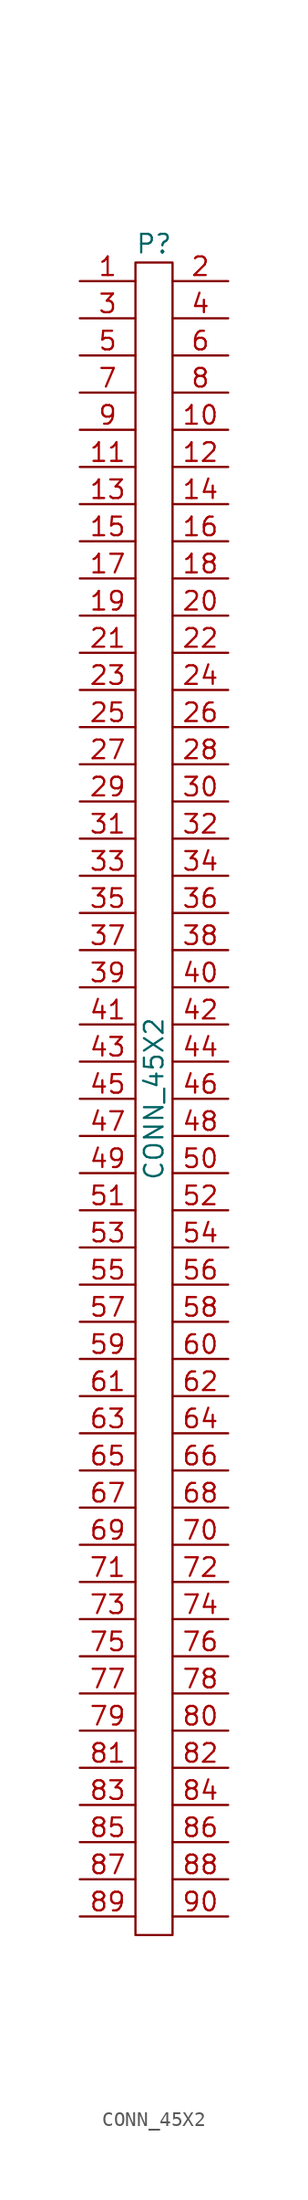
<source format=kicad_sym>
(kicad_symbol_lib
  (version 20201005)
  (generator kicad_symbol_editor)
  (symbol "CONN_45X2"
    (pin_names
      (offset 0.025) hide)
    (property "Reference" "P"
      (at 0 58.42 0)
      (effects (font (size 1.27 1.27))))
    (property "Value" "CONN_45X2"
      (at 0 0 90)
      (effects (font (size 1.27 1.27))))
    (symbol "CONN_45X2_0_1"
      (rectangle (start -1.27 57.15) (end 1.27 -57.15) (stroke (width 0)) (fill (type none))))
    (symbol "CONN_45X2_1_1"
      (pin passive line (at -5.08 55.88 0) (length 3.81) (name "P1" (effects (font (size 1.27 1.27)))) (number "1" (effects (font (size 1.27 1.27)))))
      (pin passive line (at 5.08 45.72 180) (length 3.81) (name "P10" (effects (font (size 1.27 1.27)))) (number "10" (effects (font (size 1.27 1.27)))))
      (pin passive line (at -5.08 43.18 0) (length 3.81) (name "P11" (effects (font (size 1.27 1.27)))) (number "11" (effects (font (size 1.27 1.27)))))
      (pin passive line (at 5.08 43.18 180) (length 3.81) (name "P12" (effects (font (size 1.27 1.27)))) (number "12" (effects (font (size 1.27 1.27)))))
      (pin passive line (at -5.08 40.64 0) (length 3.81) (name "P13" (effects (font (size 1.27 1.27)))) (number "13" (effects (font (size 1.27 1.27)))))
      (pin passive line (at 5.08 40.64 180) (length 3.81) (name "P14" (effects (font (size 1.27 1.27)))) (number "14" (effects (font (size 1.27 1.27)))))
      (pin passive line (at -5.08 38.1 0) (length 3.81) (name "P15" (effects (font (size 1.27 1.27)))) (number "15" (effects (font (size 1.27 1.27)))))
      (pin passive line (at 5.08 38.1 180) (length 3.81) (name "P16" (effects (font (size 1.27 1.27)))) (number "16" (effects (font (size 1.27 1.27)))))
      (pin passive line (at -5.08 35.56 0) (length 3.81) (name "P17" (effects (font (size 1.27 1.27)))) (number "17" (effects (font (size 1.27 1.27)))))
      (pin passive line (at 5.08 35.56 180) (length 3.81) (name "P18" (effects (font (size 1.27 1.27)))) (number "18" (effects (font (size 1.27 1.27)))))
      (pin passive line (at -5.08 33.02 0) (length 3.81) (name "P19" (effects (font (size 1.27 1.27)))) (number "19" (effects (font (size 1.27 1.27)))))
      (pin passive line (at 5.08 55.88 180) (length 3.81) (name "P2" (effects (font (size 1.27 1.27)))) (number "2" (effects (font (size 1.27 1.27)))))
      (pin passive line (at 5.08 33.02 180) (length 3.81) (name "P20" (effects (font (size 1.27 1.27)))) (number "20" (effects (font (size 1.27 1.27)))))
      (pin passive line (at -5.08 30.48 0) (length 3.81) (name "P21" (effects (font (size 1.27 1.27)))) (number "21" (effects (font (size 1.27 1.27)))))
      (pin passive line (at 5.08 30.48 180) (length 3.81) (name "P22" (effects (font (size 1.27 1.27)))) (number "22" (effects (font (size 1.27 1.27)))))
      (pin passive line (at -5.08 27.94 0) (length 3.81) (name "P23" (effects (font (size 1.27 1.27)))) (number "23" (effects (font (size 1.27 1.27)))))
      (pin passive line (at 5.08 27.94 180) (length 3.81) (name "P24" (effects (font (size 1.27 1.27)))) (number "24" (effects (font (size 1.27 1.27)))))
      (pin passive line (at -5.08 25.4 0) (length 3.81) (name "P25" (effects (font (size 1.27 1.27)))) (number "25" (effects (font (size 1.27 1.27)))))
      (pin passive line (at 5.08 25.4 180) (length 3.81) (name "P26" (effects (font (size 1.27 1.27)))) (number "26" (effects (font (size 1.27 1.27)))))
      (pin passive line (at -5.08 22.86 0) (length 3.81) (name "P27" (effects (font (size 1.27 1.27)))) (number "27" (effects (font (size 1.27 1.27)))))
      (pin passive line (at 5.08 22.86 180) (length 3.81) (name "P28" (effects (font (size 1.27 1.27)))) (number "28" (effects (font (size 1.27 1.27)))))
      (pin passive line (at -5.08 20.32 0) (length 3.81) (name "P29" (effects (font (size 1.27 1.27)))) (number "29" (effects (font (size 1.27 1.27)))))
      (pin passive line (at -5.08 53.34 0) (length 3.81) (name "P3" (effects (font (size 1.27 1.27)))) (number "3" (effects (font (size 1.27 1.27)))))
      (pin passive line (at 5.08 20.32 180) (length 3.81) (name "P30" (effects (font (size 1.27 1.27)))) (number "30" (effects (font (size 1.27 1.27)))))
      (pin passive line (at -5.08 17.78 0) (length 3.81) (name "P31" (effects (font (size 1.27 1.27)))) (number "31" (effects (font (size 1.27 1.27)))))
      (pin passive line (at 5.08 17.78 180) (length 3.81) (name "P32" (effects (font (size 1.27 1.27)))) (number "32" (effects (font (size 1.27 1.27)))))
      (pin passive line (at -5.08 15.24 0) (length 3.81) (name "P33" (effects (font (size 1.27 1.27)))) (number "33" (effects (font (size 1.27 1.27)))))
      (pin passive line (at 5.08 15.24 180) (length 3.81) (name "P34" (effects (font (size 1.27 1.27)))) (number "34" (effects (font (size 1.27 1.27)))))
      (pin passive line (at -5.08 12.7 0) (length 3.81) (name "P35" (effects (font (size 1.27 1.27)))) (number "35" (effects (font (size 1.27 1.27)))))
      (pin passive line (at 5.08 12.7 180) (length 3.81) (name "P36" (effects (font (size 1.27 1.27)))) (number "36" (effects (font (size 1.27 1.27)))))
      (pin passive line (at -5.08 10.16 0) (length 3.81) (name "P37" (effects (font (size 1.27 1.27)))) (number "37" (effects (font (size 1.27 1.27)))))
      (pin passive line (at 5.08 10.16 180) (length 3.81) (name "P38" (effects (font (size 1.27 1.27)))) (number "38" (effects (font (size 1.27 1.27)))))
      (pin passive line (at -5.08 7.62 0) (length 3.81) (name "P39" (effects (font (size 1.27 1.27)))) (number "39" (effects (font (size 1.27 1.27)))))
      (pin passive line (at 5.08 53.34 180) (length 3.81) (name "P4" (effects (font (size 1.27 1.27)))) (number "4" (effects (font (size 1.27 1.27)))))
      (pin passive line (at 5.08 7.62 180) (length 3.81) (name "P40" (effects (font (size 1.27 1.27)))) (number "40" (effects (font (size 1.27 1.27)))))
      (pin passive line (at -5.08 5.08 0) (length 3.81) (name "P41" (effects (font (size 1.27 1.27)))) (number "41" (effects (font (size 1.27 1.27)))))
      (pin passive line (at 5.08 5.08 180) (length 3.81) (name "P42" (effects (font (size 1.27 1.27)))) (number "42" (effects (font (size 1.27 1.27)))))
      (pin passive line (at -5.08 2.54 0) (length 3.81) (name "P43" (effects (font (size 1.27 1.27)))) (number "43" (effects (font (size 1.27 1.27)))))
      (pin passive line (at 5.08 2.54 180) (length 3.81) (name "P44" (effects (font (size 1.27 1.27)))) (number "44" (effects (font (size 1.27 1.27)))))
      (pin passive line (at -5.08 0 0) (length 3.81) (name "P45" (effects (font (size 1.27 1.27)))) (number "45" (effects (font (size 1.27 1.27)))))
      (pin passive line (at 5.08 0 180) (length 3.81) (name "P46" (effects (font (size 1.27 1.27)))) (number "46" (effects (font (size 1.27 1.27)))))
      (pin passive line (at -5.08 -2.54 0) (length 3.81) (name "P47" (effects (font (size 1.27 1.27)))) (number "47" (effects (font (size 1.27 1.27)))))
      (pin passive line (at 5.08 -2.54 180) (length 3.81) (name "P48" (effects (font (size 1.27 1.27)))) (number "48" (effects (font (size 1.27 1.27)))))
      (pin passive line (at -5.08 -5.08 0) (length 3.81) (name "P49" (effects (font (size 1.27 1.27)))) (number "49" (effects (font (size 1.27 1.27)))))
      (pin passive line (at -5.08 50.8 0) (length 3.81) (name "P5" (effects (font (size 1.27 1.27)))) (number "5" (effects (font (size 1.27 1.27)))))
      (pin passive line (at 5.08 -5.08 180) (length 3.81) (name "P50" (effects (font (size 1.27 1.27)))) (number "50" (effects (font (size 1.27 1.27)))))
      (pin passive line (at -5.08 -7.62 0) (length 3.81) (name "P51" (effects (font (size 1.27 1.27)))) (number "51" (effects (font (size 1.27 1.27)))))
      (pin passive line (at 5.08 -7.62 180) (length 3.81) (name "P52" (effects (font (size 1.27 1.27)))) (number "52" (effects (font (size 1.27 1.27)))))
      (pin passive line (at -5.08 -10.16 0) (length 3.81) (name "P53" (effects (font (size 1.27 1.27)))) (number "53" (effects (font (size 1.27 1.27)))))
      (pin passive line (at 5.08 -10.16 180) (length 3.81) (name "P54" (effects (font (size 1.27 1.27)))) (number "54" (effects (font (size 1.27 1.27)))))
      (pin passive line (at -5.08 -12.7 0) (length 3.81) (name "P55" (effects (font (size 1.27 1.27)))) (number "55" (effects (font (size 1.27 1.27)))))
      (pin passive line (at 5.08 -12.7 180) (length 3.81) (name "P56" (effects (font (size 1.27 1.27)))) (number "56" (effects (font (size 1.27 1.27)))))
      (pin passive line (at -5.08 -15.24 0) (length 3.81) (name "P57" (effects (font (size 1.27 1.27)))) (number "57" (effects (font (size 1.27 1.27)))))
      (pin passive line (at 5.08 -15.24 180) (length 3.81) (name "P58" (effects (font (size 1.27 1.27)))) (number "58" (effects (font (size 1.27 1.27)))))
      (pin passive line (at -5.08 -17.78 0) (length 3.81) (name "P59" (effects (font (size 1.27 1.27)))) (number "59" (effects (font (size 1.27 1.27)))))
      (pin passive line (at 5.08 50.8 180) (length 3.81) (name "P6" (effects (font (size 1.27 1.27)))) (number "6" (effects (font (size 1.27 1.27)))))
      (pin passive line (at 5.08 -17.78 180) (length 3.81) (name "P60" (effects (font (size 1.27 1.27)))) (number "60" (effects (font (size 1.27 1.27)))))
      (pin passive line (at -5.08 -20.32 0) (length 3.81) (name "P61" (effects (font (size 1.27 1.27)))) (number "61" (effects (font (size 1.27 1.27)))))
      (pin passive line (at 5.08 -20.32 180) (length 3.81) (name "P62" (effects (font (size 1.27 1.27)))) (number "62" (effects (font (size 1.27 1.27)))))
      (pin passive line (at -5.08 -22.86 0) (length 3.81) (name "P63" (effects (font (size 1.27 1.27)))) (number "63" (effects (font (size 1.27 1.27)))))
      (pin passive line (at 5.08 -22.86 180) (length 3.81) (name "P64" (effects (font (size 1.27 1.27)))) (number "64" (effects (font (size 1.27 1.27)))))
      (pin passive line (at -5.08 -25.4 0) (length 3.81) (name "P65" (effects (font (size 1.27 1.27)))) (number "65" (effects (font (size 1.27 1.27)))))
      (pin passive line (at 5.08 -25.4 180) (length 3.81) (name "P66" (effects (font (size 1.27 1.27)))) (number "66" (effects (font (size 1.27 1.27)))))
      (pin passive line (at -5.08 -27.94 0) (length 3.81) (name "P67" (effects (font (size 1.27 1.27)))) (number "67" (effects (font (size 1.27 1.27)))))
      (pin passive line (at 5.08 -27.94 180) (length 3.81) (name "P68" (effects (font (size 1.27 1.27)))) (number "68" (effects (font (size 1.27 1.27)))))
      (pin passive line (at -5.08 -30.48 0) (length 3.81) (name "P69" (effects (font (size 1.27 1.27)))) (number "69" (effects (font (size 1.27 1.27)))))
      (pin passive line (at -5.08 48.26 0) (length 3.81) (name "P7" (effects (font (size 1.27 1.27)))) (number "7" (effects (font (size 1.27 1.27)))))
      (pin passive line (at 5.08 -30.48 180) (length 3.81) (name "P70" (effects (font (size 1.27 1.27)))) (number "70" (effects (font (size 1.27 1.27)))))
      (pin passive line (at -5.08 -33.02 0) (length 3.81) (name "P71" (effects (font (size 1.27 1.27)))) (number "71" (effects (font (size 1.27 1.27)))))
      (pin passive line (at 5.08 -33.02 180) (length 3.81) (name "P72" (effects (font (size 1.27 1.27)))) (number "72" (effects (font (size 1.27 1.27)))))
      (pin passive line (at -5.08 -35.56 0) (length 3.81) (name "P73" (effects (font (size 1.27 1.27)))) (number "73" (effects (font (size 1.27 1.27)))))
      (pin passive line (at 5.08 -35.56 180) (length 3.81) (name "P74" (effects (font (size 1.27 1.27)))) (number "74" (effects (font (size 1.27 1.27)))))
      (pin passive line (at -5.08 -38.1 0) (length 3.81) (name "P75" (effects (font (size 1.27 1.27)))) (number "75" (effects (font (size 1.27 1.27)))))
      (pin passive line (at 5.08 -38.1 180) (length 3.81) (name "P76" (effects (font (size 1.27 1.27)))) (number "76" (effects (font (size 1.27 1.27)))))
      (pin passive line (at -5.08 -40.64 0) (length 3.81) (name "P77" (effects (font (size 1.27 1.27)))) (number "77" (effects (font (size 1.27 1.27)))))
      (pin passive line (at 5.08 -40.64 180) (length 3.81) (name "P78" (effects (font (size 1.27 1.27)))) (number "78" (effects (font (size 1.27 1.27)))))
      (pin passive line (at -5.08 -43.18 0) (length 3.81) (name "P79" (effects (font (size 1.27 1.27)))) (number "79" (effects (font (size 1.27 1.27)))))
      (pin passive line (at 5.08 48.26 180) (length 3.81) (name "P8" (effects (font (size 1.27 1.27)))) (number "8" (effects (font (size 1.27 1.27)))))
      (pin passive line (at 5.08 -43.18 180) (length 3.81) (name "P80" (effects (font (size 1.27 1.27)))) (number "80" (effects (font (size 1.27 1.27)))))
      (pin passive line (at -5.08 -45.72 0) (length 3.81) (name "P81" (effects (font (size 1.27 1.27)))) (number "81" (effects (font (size 1.27 1.27)))))
      (pin passive line (at 5.08 -45.72 180) (length 3.81) (name "P82" (effects (font (size 1.27 1.27)))) (number "82" (effects (font (size 1.27 1.27)))))
      (pin passive line (at -5.08 -48.26 0) (length 3.81) (name "P83" (effects (font (size 1.27 1.27)))) (number "83" (effects (font (size 1.27 1.27)))))
      (pin passive line (at 5.08 -48.26 180) (length 3.81) (name "P84" (effects (font (size 1.27 1.27)))) (number "84" (effects (font (size 1.27 1.27)))))
      (pin passive line (at -5.08 -50.8 0) (length 3.81) (name "P85" (effects (font (size 1.27 1.27)))) (number "85" (effects (font (size 1.27 1.27)))))
      (pin passive line (at 5.08 -50.8 180) (length 3.81) (name "P86" (effects (font (size 1.27 1.27)))) (number "86" (effects (font (size 1.27 1.27)))))
      (pin passive line (at -5.08 -53.34 0) (length 3.81) (name "P87" (effects (font (size 1.27 1.27)))) (number "87" (effects (font (size 1.27 1.27)))))
      (pin passive line (at 5.08 -53.34 180) (length 3.81) (name "P88" (effects (font (size 1.27 1.27)))) (number "88" (effects (font (size 1.27 1.27)))))
      (pin passive line (at -5.08 -55.88 0) (length 3.81) (name "P89" (effects (font (size 1.27 1.27)))) (number "89" (effects (font (size 1.27 1.27)))))
      (pin passive line (at -5.08 45.72 0) (length 3.81) (name "P9" (effects (font (size 1.27 1.27)))) (number "9" (effects (font (size 1.27 1.27)))))
      (pin passive line (at 5.08 -55.88 180) (length 3.81) (name "P90" (effects (font (size 1.27 1.27)))) (number "90" (effects (font (size 1.27 1.27))))))))
</source>
